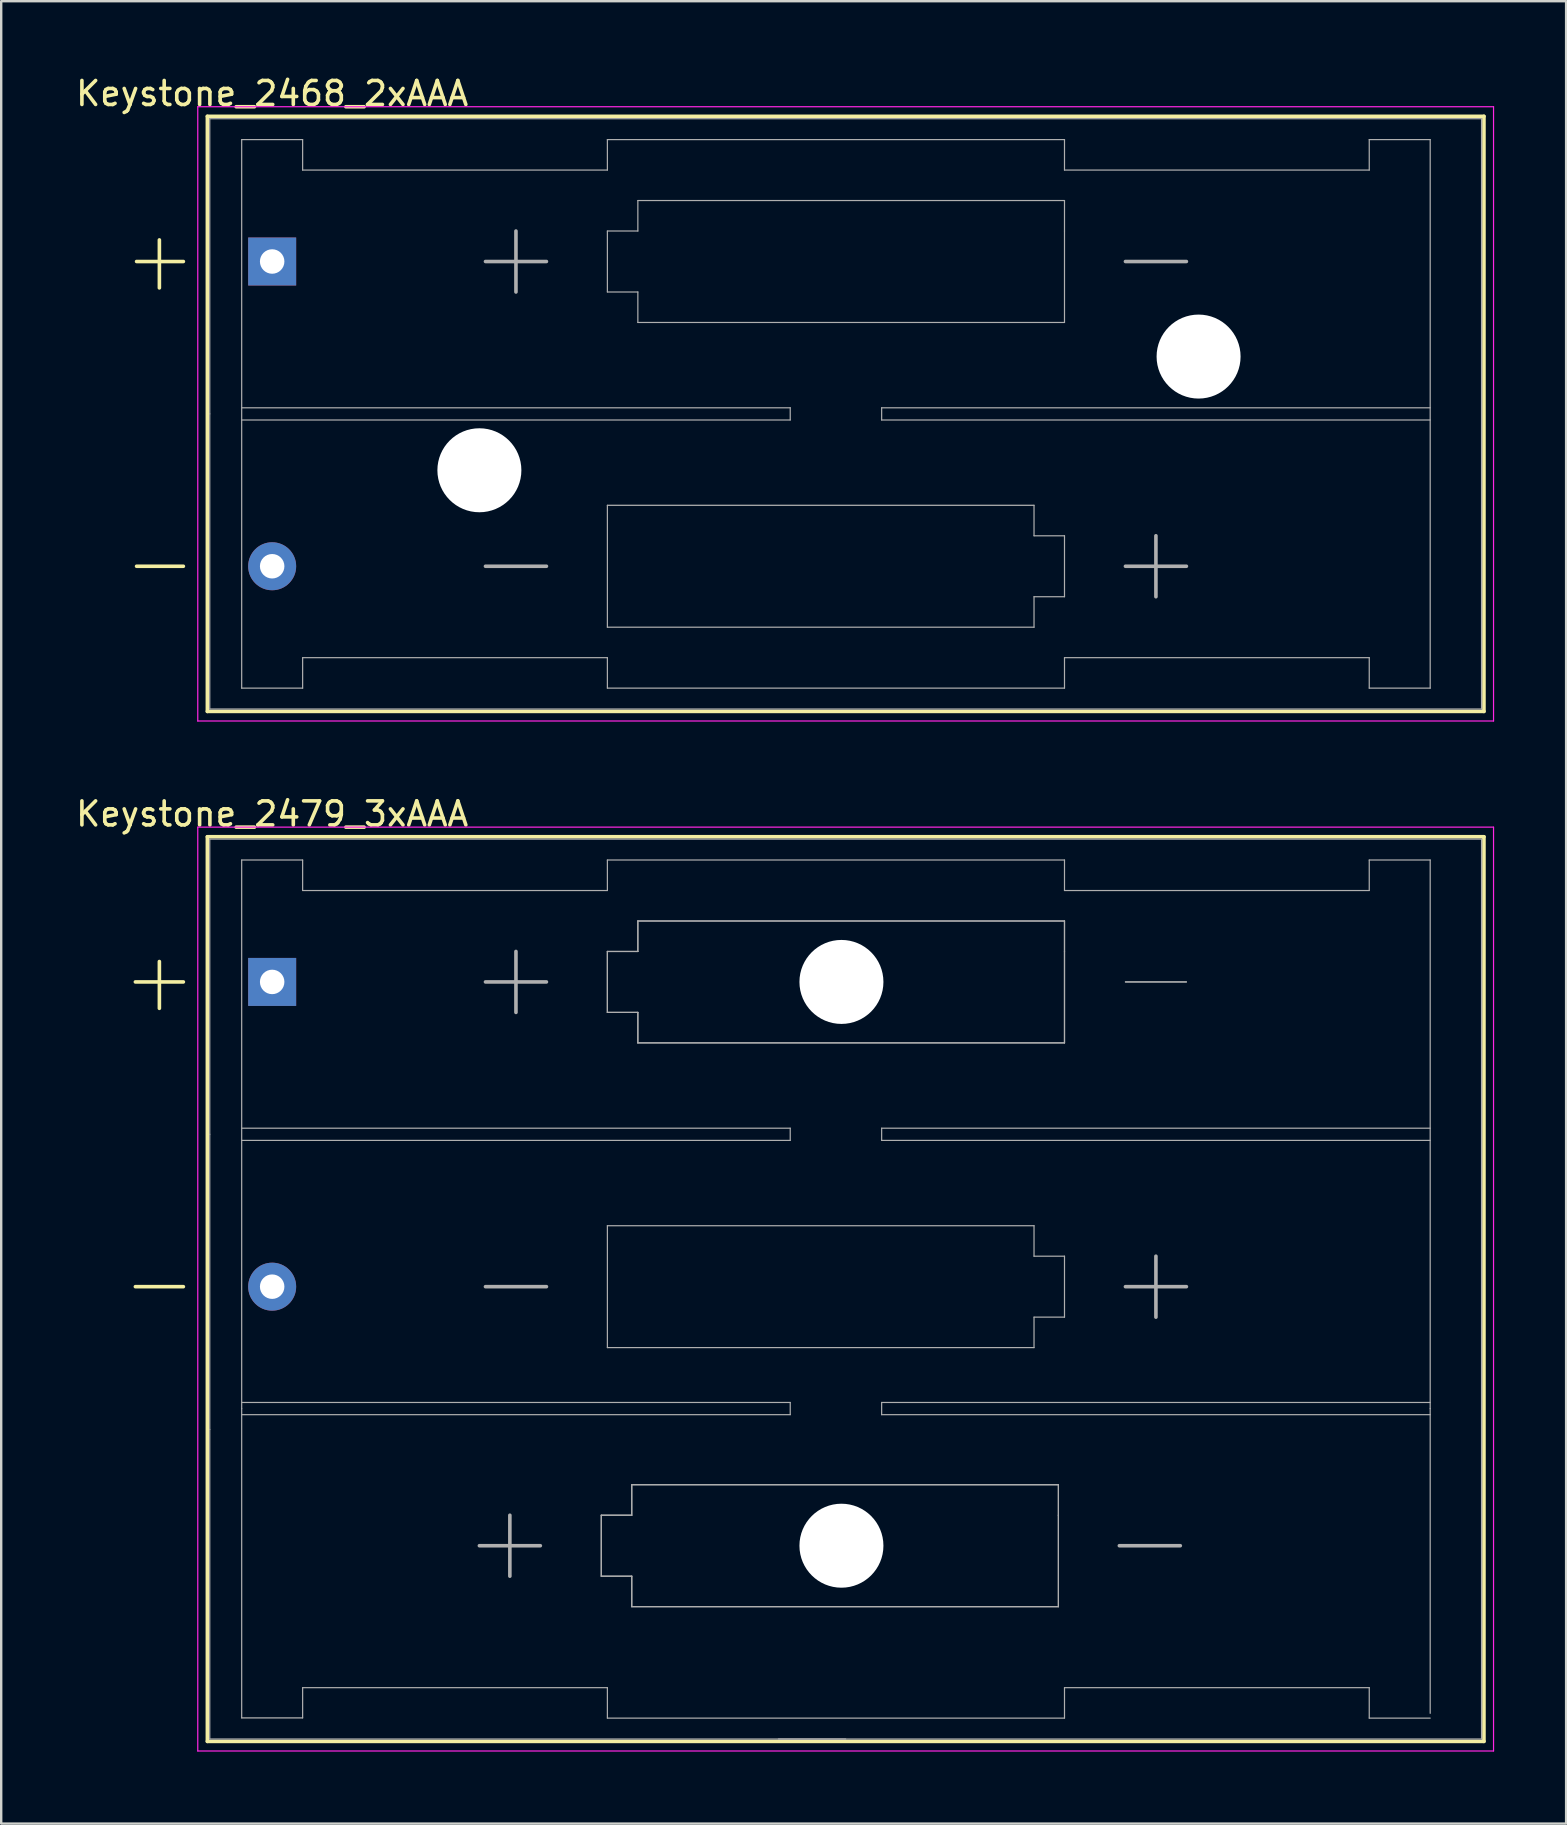
<source format=kicad_pcb>
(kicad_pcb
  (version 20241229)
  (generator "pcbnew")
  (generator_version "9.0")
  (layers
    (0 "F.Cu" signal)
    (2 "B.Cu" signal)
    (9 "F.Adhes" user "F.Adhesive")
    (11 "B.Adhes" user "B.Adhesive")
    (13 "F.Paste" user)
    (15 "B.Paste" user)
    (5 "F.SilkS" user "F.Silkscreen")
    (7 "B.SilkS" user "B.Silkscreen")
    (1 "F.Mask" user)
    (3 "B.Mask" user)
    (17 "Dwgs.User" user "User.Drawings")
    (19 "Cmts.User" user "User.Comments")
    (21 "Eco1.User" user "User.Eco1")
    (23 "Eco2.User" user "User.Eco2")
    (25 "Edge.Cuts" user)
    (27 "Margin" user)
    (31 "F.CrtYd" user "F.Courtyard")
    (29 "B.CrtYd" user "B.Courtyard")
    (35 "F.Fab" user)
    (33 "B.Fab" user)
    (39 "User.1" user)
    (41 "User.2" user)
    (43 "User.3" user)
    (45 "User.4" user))
  (footprint "Keystone_2468_2xAAA"
    (layer "F.Cu")
    (at 8.292 7.848)
    (property "Reference" "Keystone_2468_2xAAA" (at 0 -7 180) (layer "F.SilkS") (effects (font (size 1 1) (thickness 0.15))))
    (attr through_hole)
    (fp_line (start -5.65 12.7) (end -3.7 12.7) (stroke (width 0.15) (type solid)) (layer "F.SilkS"))
    (fp_line (start -4.7 -0.9) (end -4.7 1.1) (stroke (width 0.15) (type solid)) (layer "F.SilkS"))
    (fp_line (start -3.7 0) (end -5.65 0) (stroke (width 0.15) (type solid)) (layer "F.SilkS"))
    (fp_line (start -2.7 -6.05) (end -2.7 18.75) (stroke (width 0.15) (type solid)) (layer "F.SilkS"))
    (fp_line (start -2.7 18.75) (end 50.5 18.75) (stroke (width 0.15) (type solid)) (layer "F.SilkS"))
    (fp_line (start 50.5 -6.05) (end -2.7 -6.05) (stroke (width 0.15) (type solid)) (layer "F.SilkS"))
    (fp_line (start 50.5 18.75) (end 50.5 -6.05) (stroke (width 0.15) (type solid)) (layer "F.SilkS"))
    (fp_line (start -3.1 -6.45) (end -3.1 19.15) (stroke (width 0.05) (type solid)) (layer "F.CrtYd"))
    (fp_line (start -3.1 19.15) (end 50.9 19.15) (stroke (width 0.05) (type solid)) (layer "F.CrtYd"))
    (fp_line (start 50.9 -6.45) (end -3.1 -6.45) (stroke (width 0.05) (type solid)) (layer "F.CrtYd"))
    (fp_line (start 50.9 19.15) (end 50.9 -6.45) (stroke (width 0.05) (type solid)) (layer "F.CrtYd"))
    (fp_line (start -2.6 -5.95) (end 50.4 -5.95) (stroke (width 0.05) (type solid)) (layer "F.Fab"))
    (fp_line (start -2.6 6.35) (end -2.6 -5.95) (stroke (width 0.05) (type solid)) (layer "F.Fab"))
    (fp_line (start -2.6 18.65) (end -2.6 6.35) (stroke (width 0.05) (type solid)) (layer "F.Fab"))
    (fp_line (start -2.6 18.65) (end 50.4 18.65) (stroke (width 0.05) (type solid)) (layer "F.Fab"))
    (fp_line (start -1.27 -5.08) (end -1.27 17.78) (stroke (width 0.05) (type solid)) (layer "F.Fab"))
    (fp_line (start -1.27 6.096) (end 21.59 6.096) (stroke (width 0.05) (type solid)) (layer "F.Fab"))
    (fp_line (start -1.27 17.78) (end 1.27 17.78) (stroke (width 0.05) (type solid)) (layer "F.Fab"))
    (fp_line (start 1.27 -5.08) (end -1.27 -5.08) (stroke (width 0.05) (type solid)) (layer "F.Fab"))
    (fp_line (start 1.27 -3.81) (end 1.27 -5.08) (stroke (width 0.05) (type solid)) (layer "F.Fab"))
    (fp_line (start 1.27 -3.81) (end 13.97 -3.81) (stroke (width 0.05) (type solid)) (layer "F.Fab"))
    (fp_line (start 1.27 16.51) (end 13.97 16.51) (stroke (width 0.05) (type solid)) (layer "F.Fab"))
    (fp_line (start 1.27 17.78) (end 1.27 16.51) (stroke (width 0.05) (type solid)) (layer "F.Fab"))
    (fp_line (start 10.16 -1.27) (end 10.16 1.27) (stroke (width 0.15) (type solid)) (layer "F.Fab"))
    (fp_line (start 11.43 0) (end 8.89 0) (stroke (width 0.15) (type solid)) (layer "F.Fab"))
    (fp_line (start 11.43 12.7) (end 8.89 12.7) (stroke (width 0.15) (type solid)) (layer "F.Fab"))
    (fp_line (start 13.97 -5.08) (end 13.97 -3.81) (stroke (width 0.05) (type solid)) (layer "F.Fab"))
    (fp_line (start 13.97 -1.27) (end 15.24 -1.27) (stroke (width 0.05) (type solid)) (layer "F.Fab"))
    (fp_line (start 13.97 1.27) (end 13.97 -1.27) (stroke (width 0.05) (type solid)) (layer "F.Fab"))
    (fp_line (start 13.97 10.16) (end 31.75 10.16) (stroke (width 0.05) (type solid)) (layer "F.Fab"))
    (fp_line (start 13.97 15.24) (end 13.97 10.16) (stroke (width 0.05) (type solid)) (layer "F.Fab"))
    (fp_line (start 13.97 16.51) (end 13.97 17.78) (stroke (width 0.05) (type solid)) (layer "F.Fab"))
    (fp_line (start 13.97 17.78) (end 33.02 17.78) (stroke (width 0.05) (type solid)) (layer "F.Fab"))
    (fp_line (start 15.24 -2.54) (end 33.02 -2.54) (stroke (width 0.05) (type solid)) (layer "F.Fab"))
    (fp_line (start 15.24 -1.27) (end 15.24 -2.54) (stroke (width 0.05) (type solid)) (layer "F.Fab"))
    (fp_line (start 15.24 1.27) (end 13.97 1.27) (stroke (width 0.05) (type solid)) (layer "F.Fab"))
    (fp_line (start 15.24 2.54) (end 15.24 1.27) (stroke (width 0.05) (type solid)) (layer "F.Fab"))
    (fp_line (start 21.59 6.096) (end 21.59 6.604) (stroke (width 0.05) (type solid)) (layer "F.Fab"))
    (fp_line (start 21.59 6.604) (end -1.27 6.604) (stroke (width 0.05) (type solid)) (layer "F.Fab"))
    (fp_line (start 25.4 6.096) (end 25.4 6.604) (stroke (width 0.05) (type solid)) (layer "F.Fab"))
    (fp_line (start 25.4 6.604) (end 48.26 6.604) (stroke (width 0.05) (type solid)) (layer "F.Fab"))
    (fp_line (start 31.75 10.16) (end 31.75 11.43) (stroke (width 0.05) (type solid)) (layer "F.Fab"))
    (fp_line (start 31.75 11.43) (end 33.02 11.43) (stroke (width 0.05) (type solid)) (layer "F.Fab"))
    (fp_line (start 31.75 13.97) (end 31.75 15.24) (stroke (width 0.05) (type solid)) (layer "F.Fab"))
    (fp_line (start 31.75 15.24) (end 13.97 15.24) (stroke (width 0.05) (type solid)) (layer "F.Fab"))
    (fp_line (start 33.02 -5.08) (end 13.97 -5.08) (stroke (width 0.05) (type solid)) (layer "F.Fab"))
    (fp_line (start 33.02 -3.81) (end 33.02 -5.08) (stroke (width 0.05) (type solid)) (layer "F.Fab"))
    (fp_line (start 33.02 -2.54) (end 33.02 -1.27) (stroke (width 0.05) (type solid)) (layer "F.Fab"))
    (fp_line (start 33.02 -1.27) (end 33.02 2.54) (stroke (width 0.05) (type solid)) (layer "F.Fab"))
    (fp_line (start 33.02 2.54) (end 15.24 2.54) (stroke (width 0.05) (type solid)) (layer "F.Fab"))
    (fp_line (start 33.02 11.43) (end 33.02 13.97) (stroke (width 0.05) (type solid)) (layer "F.Fab"))
    (fp_line (start 33.02 13.97) (end 31.75 13.97) (stroke (width 0.05) (type solid)) (layer "F.Fab"))
    (fp_line (start 33.02 17.78) (end 33.02 16.51) (stroke (width 0.05) (type solid)) (layer "F.Fab"))
    (fp_line (start 35.56 0) (end 38.1 0) (stroke (width 0.15) (type solid)) (layer "F.Fab"))
    (fp_line (start 35.56 12.7) (end 38.1 12.7) (stroke (width 0.15) (type solid)) (layer "F.Fab"))
    (fp_line (start 36.83 13.97) (end 36.83 11.43) (stroke (width 0.15) (type solid)) (layer "F.Fab"))
    (fp_line (start 45.72 -5.08) (end 45.72 -3.81) (stroke (width 0.05) (type solid)) (layer "F.Fab"))
    (fp_line (start 45.72 -3.81) (end 33.02 -3.81) (stroke (width 0.05) (type solid)) (layer "F.Fab"))
    (fp_line (start 45.72 16.51) (end 33.02 16.51) (stroke (width 0.05) (type solid)) (layer "F.Fab"))
    (fp_line (start 45.72 17.78) (end 45.72 16.51) (stroke (width 0.05) (type solid)) (layer "F.Fab"))
    (fp_line (start 48.26 -5.08) (end 45.72 -5.08) (stroke (width 0.05) (type solid)) (layer "F.Fab"))
    (fp_line (start 48.26 -5.08) (end 48.26 17.78) (stroke (width 0.05) (type solid)) (layer "F.Fab"))
    (fp_line (start 48.26 6.096) (end 25.4 6.096) (stroke (width 0.05) (type solid)) (layer "F.Fab"))
    (fp_line (start 48.26 17.78) (end 45.72 17.78) (stroke (width 0.05) (type solid)) (layer "F.Fab"))
    (fp_line (start 50.4 18.65) (end 50.4 -5.95) (stroke (width 0.05) (type solid)) (layer "F.Fab"))
    (pad "" np_thru_hole circle (at 8.636 8.7) (size 3.5 3.5) (drill 3.5) (layers "*.Cu" "*.Mask"))
    (pad "" np_thru_hole circle (at 38.608 3.962) (size 3.5 3.5) (drill 3.5) (layers "*.Cu" "*.Mask"))
    (pad "1" thru_hole rect (at 0 0) (size 2 2) (drill 1.02) (layers "*.Cu" "*.Mask"))
    (pad "2" thru_hole circle (at 0 12.7) (size 2 2) (drill 1.02) (layers "*.Cu" "*.Mask")))
  (footprint "Keystone_2479_3xAAA"
    (layer "F.Cu")
    (at 8.292 37.871)
    (property "Reference" "Keystone_2479_3xAAA" (at 0 -7 180) (layer "F.SilkS") (effects (font (size 1 1) (thickness 0.15))))
    (attr through_hole)
    (fp_line (start -4.7 -0.85) (end -4.7 1.1) (stroke (width 0.15) (type solid)) (layer "F.SilkS"))
    (fp_line (start -3.7 0) (end -5.7 0) (stroke (width 0.15) (type solid)) (layer "F.SilkS"))
    (fp_line (start -3.7 12.7) (end -5.7 12.7) (stroke (width 0.15) (type solid)) (layer "F.SilkS"))
    (fp_line (start -2.7 -6.05) (end -2.7 31.65) (stroke (width 0.15) (type solid)) (layer "F.SilkS"))
    (fp_line (start -2.7 31.65) (end 50.5 31.65) (stroke (width 0.15) (type solid)) (layer "F.SilkS"))
    (fp_line (start 50.5 -6.05) (end -2.7 -6.05) (stroke (width 0.15) (type solid)) (layer "F.SilkS"))
    (fp_line (start 50.5 31.65) (end 50.5 -6.05) (stroke (width 0.15) (type solid)) (layer "F.SilkS"))
    (fp_line (start -3.1 -6.45) (end 50.9 -6.45) (stroke (width 0.05) (type solid)) (layer "F.CrtYd"))
    (fp_line (start -3.1 32.05) (end -3.1 -6.45) (stroke (width 0.05) (type solid)) (layer "F.CrtYd"))
    (fp_line (start 50.9 -6.45) (end 50.9 32.05) (stroke (width 0.05) (type solid)) (layer "F.CrtYd"))
    (fp_line (start 50.9 32.05) (end -3.1 32.05) (stroke (width 0.05) (type solid)) (layer "F.CrtYd"))
    (fp_line (start -2.6 -5.95) (end 50.4 -5.95) (stroke (width 0.05) (type solid)) (layer "F.Fab"))
    (fp_line (start -2.6 6.35) (end -2.6 -5.95) (stroke (width 0.05) (type solid)) (layer "F.Fab"))
    (fp_line (start -2.6 18.65) (end -2.6 6.35) (stroke (width 0.05) (type solid)) (layer "F.Fab"))
    (fp_line (start -2.6 18.65) (end -2.6 31.55) (stroke (width 0.05) (type solid)) (layer "F.Fab"))
    (fp_line (start -2.6 31.55) (end 50.4 31.55) (stroke (width 0.05) (type solid)) (layer "F.Fab"))
    (fp_line (start -1.27 -5.08) (end -1.27 17.78) (stroke (width 0.05) (type solid)) (layer "F.Fab"))
    (fp_line (start -1.27 6.096) (end 21.59 6.096) (stroke (width 0.05) (type solid)) (layer "F.Fab"))
    (fp_line (start -1.27 17.526) (end 21.59 17.526) (stroke (width 0.05) (type solid)) (layer "F.Fab"))
    (fp_line (start -1.27 17.78) (end -1.27 30.671) (stroke (width 0.05) (type solid)) (layer "F.Fab"))
    (fp_line (start -1.27 30.671) (end 1.27 30.671) (stroke (width 0.05) (type solid)) (layer "F.Fab"))
    (fp_line (start 1.27 -5.08) (end -1.27 -5.08) (stroke (width 0.05) (type solid)) (layer "F.Fab"))
    (fp_line (start 1.27 -3.81) (end 1.27 -5.08) (stroke (width 0.05) (type solid)) (layer "F.Fab"))
    (fp_line (start 1.27 -3.81) (end 13.97 -3.81) (stroke (width 0.05) (type solid)) (layer "F.Fab"))
    (fp_line (start 1.27 29.41) (end 13.97 29.41) (stroke (width 0.05) (type solid)) (layer "F.Fab"))
    (fp_line (start 1.27 30.671) (end 1.27 29.41) (stroke (width 0.05) (type solid)) (layer "F.Fab"))
    (fp_line (start 9.906 22.225) (end 9.906 24.765) (stroke (width 0.15) (type solid)) (layer "F.Fab"))
    (fp_line (start 10.16 -1.27) (end 10.16 1.27) (stroke (width 0.15) (type solid)) (layer "F.Fab"))
    (fp_line (start 11.176 23.495) (end 8.636 23.495) (stroke (width 0.15) (type solid)) (layer "F.Fab"))
    (fp_line (start 11.43 0) (end 8.89 0) (stroke (width 0.15) (type solid)) (layer "F.Fab"))
    (fp_line (start 11.43 12.7) (end 8.89 12.7) (stroke (width 0.15) (type solid)) (layer "F.Fab"))
    (fp_line (start 13.716 22.225) (end 14.986 22.225) (stroke (width 0.05) (type solid)) (layer "F.Fab"))
    (fp_line (start 13.716 22.225) (end 14.986 22.225) (stroke (width 0.05) (type solid)) (layer "F.Fab"))
    (fp_line (start 13.716 24.765) (end 13.716 22.225) (stroke (width 0.05) (type solid)) (layer "F.Fab"))
    (fp_line (start 13.716 24.765) (end 13.716 22.225) (stroke (width 0.05) (type solid)) (layer "F.Fab"))
    (fp_line (start 13.97 -5.08) (end 13.97 -3.81) (stroke (width 0.05) (type solid)) (layer "F.Fab"))
    (fp_line (start 13.97 -1.27) (end 15.24 -1.27) (stroke (width 0.05) (type solid)) (layer "F.Fab"))
    (fp_line (start 13.97 -1.27) (end 15.24 -1.27) (stroke (width 0.05) (type solid)) (layer "F.Fab"))
    (fp_line (start 13.97 1.27) (end 13.97 -1.27) (stroke (width 0.05) (type solid)) (layer "F.Fab"))
    (fp_line (start 13.97 1.27) (end 13.97 -1.27) (stroke (width 0.05) (type solid)) (layer "F.Fab"))
    (fp_line (start 13.97 10.16) (end 31.75 10.16) (stroke (width 0.05) (type solid)) (layer "F.Fab"))
    (fp_line (start 13.97 15.24) (end 13.97 10.16) (stroke (width 0.05) (type solid)) (layer "F.Fab"))
    (fp_line (start 13.97 29.41) (end 13.97 30.68) (stroke (width 0.05) (type solid)) (layer "F.Fab"))
    (fp_line (start 13.97 30.68) (end 33.02 30.68) (stroke (width 0.05) (type solid)) (layer "F.Fab"))
    (fp_line (start 14.986 20.955) (end 32.766 20.955) (stroke (width 0.05) (type solid)) (layer "F.Fab"))
    (fp_line (start 14.986 20.955) (end 32.766 20.955) (stroke (width 0.05) (type solid)) (layer "F.Fab"))
    (fp_line (start 14.986 22.225) (end 14.986 20.955) (stroke (width 0.05) (type solid)) (layer "F.Fab"))
    (fp_line (start 14.986 22.225) (end 14.986 20.955) (stroke (width 0.05) (type solid)) (layer "F.Fab"))
    (fp_line (start 14.986 24.765) (end 13.716 24.765) (stroke (width 0.05) (type solid)) (layer "F.Fab"))
    (fp_line (start 14.986 24.765) (end 13.716 24.765) (stroke (width 0.05) (type solid)) (layer "F.Fab"))
    (fp_line (start 14.986 26.035) (end 14.986 24.765) (stroke (width 0.05) (type solid)) (layer "F.Fab"))
    (fp_line (start 14.986 26.035) (end 14.986 24.765) (stroke (width 0.05) (type solid)) (layer "F.Fab"))
    (fp_line (start 15.24 -2.54) (end 33.02 -2.54) (stroke (width 0.05) (type solid)) (layer "F.Fab"))
    (fp_line (start 15.24 -2.54) (end 33.02 -2.54) (stroke (width 0.05) (type solid)) (layer "F.Fab"))
    (fp_line (start 15.24 -1.27) (end 15.24 -2.54) (stroke (width 0.05) (type solid)) (layer "F.Fab"))
    (fp_line (start 15.24 -1.27) (end 15.24 -2.54) (stroke (width 0.05) (type solid)) (layer "F.Fab"))
    (fp_line (start 15.24 1.27) (end 13.97 1.27) (stroke (width 0.05) (type solid)) (layer "F.Fab"))
    (fp_line (start 15.24 1.27) (end 13.97 1.27) (stroke (width 0.05) (type solid)) (layer "F.Fab"))
    (fp_line (start 15.24 2.54) (end 15.24 1.27) (stroke (width 0.05) (type solid)) (layer "F.Fab"))
    (fp_line (start 15.24 2.54) (end 15.24 1.27) (stroke (width 0.05) (type solid)) (layer "F.Fab"))
    (fp_line (start 21.59 6.096) (end 21.59 6.604) (stroke (width 0.05) (type solid)) (layer "F.Fab"))
    (fp_line (start 21.59 6.604) (end -1.27 6.604) (stroke (width 0.05) (type solid)) (layer "F.Fab"))
    (fp_line (start 21.59 17.526) (end 21.59 18.034) (stroke (width 0.05) (type solid)) (layer "F.Fab"))
    (fp_line (start 21.59 18.034) (end -1.27 18.034) (stroke (width 0.05) (type solid)) (layer "F.Fab"))
    (fp_line (start 23.9 31.55) (end 21.1 31.55) (stroke (width 0.05) (type solid)) (layer "F.Fab"))
    (fp_line (start 25.4 6.096) (end 25.4 6.604) (stroke (width 0.05) (type solid)) (layer "F.Fab"))
    (fp_line (start 25.4 6.604) (end 48.26 6.604) (stroke (width 0.05) (type solid)) (layer "F.Fab"))
    (fp_line (start 25.4 17.526) (end 25.4 18.034) (stroke (width 0.05) (type solid)) (layer "F.Fab"))
    (fp_line (start 25.4 18.034) (end 48.26 18.034) (stroke (width 0.05) (type solid)) (layer "F.Fab"))
    (fp_line (start 31.75 10.16) (end 31.75 11.43) (stroke (width 0.05) (type solid)) (layer "F.Fab"))
    (fp_line (start 31.75 11.43) (end 33.02 11.43) (stroke (width 0.05) (type solid)) (layer "F.Fab"))
    (fp_line (start 31.75 13.97) (end 31.75 15.24) (stroke (width 0.05) (type solid)) (layer "F.Fab"))
    (fp_line (start 31.75 15.24) (end 13.97 15.24) (stroke (width 0.05) (type solid)) (layer "F.Fab"))
    (fp_line (start 32.766 20.955) (end 32.766 22.225) (stroke (width 0.05) (type solid)) (layer "F.Fab"))
    (fp_line (start 32.766 20.955) (end 32.766 22.225) (stroke (width 0.05) (type solid)) (layer "F.Fab"))
    (fp_line (start 32.766 22.225) (end 32.766 26.035) (stroke (width 0.05) (type solid)) (layer "F.Fab"))
    (fp_line (start 32.766 22.225) (end 32.766 26.035) (stroke (width 0.05) (type solid)) (layer "F.Fab"))
    (fp_line (start 32.766 26.035) (end 14.986 26.035) (stroke (width 0.05) (type solid)) (layer "F.Fab"))
    (fp_line (start 32.766 26.035) (end 14.986 26.035) (stroke (width 0.05) (type solid)) (layer "F.Fab"))
    (fp_line (start 33.02 -5.08) (end 13.97 -5.08) (stroke (width 0.05) (type solid)) (layer "F.Fab"))
    (fp_line (start 33.02 -3.81) (end 33.02 -5.08) (stroke (width 0.05) (type solid)) (layer "F.Fab"))
    (fp_line (start 33.02 -2.54) (end 33.02 -1.27) (stroke (width 0.05) (type solid)) (layer "F.Fab"))
    (fp_line (start 33.02 -2.54) (end 33.02 -1.27) (stroke (width 0.05) (type solid)) (layer "F.Fab"))
    (fp_line (start 33.02 -1.27) (end 33.02 2.54) (stroke (width 0.05) (type solid)) (layer "F.Fab"))
    (fp_line (start 33.02 -1.27) (end 33.02 2.54) (stroke (width 0.05) (type solid)) (layer "F.Fab"))
    (fp_line (start 33.02 2.54) (end 15.24 2.54) (stroke (width 0.05) (type solid)) (layer "F.Fab"))
    (fp_line (start 33.02 2.54) (end 15.24 2.54) (stroke (width 0.05) (type solid)) (layer "F.Fab"))
    (fp_line (start 33.02 11.43) (end 33.02 13.97) (stroke (width 0.05) (type solid)) (layer "F.Fab"))
    (fp_line (start 33.02 13.97) (end 31.75 13.97) (stroke (width 0.05) (type solid)) (layer "F.Fab"))
    (fp_line (start 33.02 30.68) (end 33.02 29.41) (stroke (width 0.05) (type solid)) (layer "F.Fab"))
    (fp_line (start 35.306 23.495) (end 37.846 23.495) (stroke (width 0.15) (type solid)) (layer "F.Fab"))
    (fp_line (start 35.56 0) (end 38.1 0) (stroke (width 0.05) (type solid)) (layer "F.Fab"))
    (fp_line (start 35.56 0) (end 38.1 0) (stroke (width 0.05) (type solid)) (layer "F.Fab"))
    (fp_line (start 35.56 12.7) (end 38.1 12.7) (stroke (width 0.15) (type solid)) (layer "F.Fab"))
    (fp_line (start 36.83 13.97) (end 36.83 11.43) (stroke (width 0.15) (type solid)) (layer "F.Fab"))
    (fp_line (start 45.72 -5.08) (end 45.72 -3.81) (stroke (width 0.05) (type solid)) (layer "F.Fab"))
    (fp_line (start 45.72 -3.81) (end 33.02 -3.81) (stroke (width 0.05) (type solid)) (layer "F.Fab"))
    (fp_line (start 45.72 29.41) (end 33.02 29.41) (stroke (width 0.05) (type solid)) (layer "F.Fab"))
    (fp_line (start 45.72 30.68) (end 45.72 29.41) (stroke (width 0.05) (type solid)) (layer "F.Fab"))
    (fp_line (start 48.26 -5.08) (end 45.72 -5.08) (stroke (width 0.05) (type solid)) (layer "F.Fab"))
    (fp_line (start 48.26 -5.08) (end 48.26 17.78) (stroke (width 0.05) (type solid)) (layer "F.Fab"))
    (fp_line (start 48.26 6.096) (end 25.4 6.096) (stroke (width 0.05) (type solid)) (layer "F.Fab"))
    (fp_line (start 48.26 17.526) (end 25.4 17.526) (stroke (width 0.05) (type solid)) (layer "F.Fab"))
    (fp_line (start 48.26 17.78) (end 48.26 30.48) (stroke (width 0.05) (type solid)) (layer "F.Fab"))
    (fp_line (start 48.26 30.68) (end 45.72 30.68) (stroke (width 0.05) (type solid)) (layer "F.Fab"))
    (fp_line (start 50.4 18.65) (end 50.4 -5.95) (stroke (width 0.05) (type solid)) (layer "F.Fab"))
    (fp_line (start 50.4 18.65) (end 50.4 31.55) (stroke (width 0.05) (type solid)) (layer "F.Fab"))
    (pad "" np_thru_hole circle (at 23.724 0) (size 3.5 3.5) (drill 3.5) (layers "*.Cu" "*.Mask"))
    (pad "" np_thru_hole circle (at 23.724 23.495) (size 3.5 3.5) (drill 3.5) (layers "*.Cu" "*.Mask"))
    (pad "1" thru_hole rect (at 0 0) (size 2 2) (drill 1.02) (layers "*.Cu" "*.Mask"))
    (pad "2" thru_hole circle (at 0 12.7) (size 2 2) (drill 1.02) (layers "*.Cu" "*.Mask")))
  (gr_rect
    (start -3 -3)
    (end 62.217 72.947)
    (stroke (width 0.1) (type default))
    (fill no)
    (layer "Edge.Cuts")))
</source>
